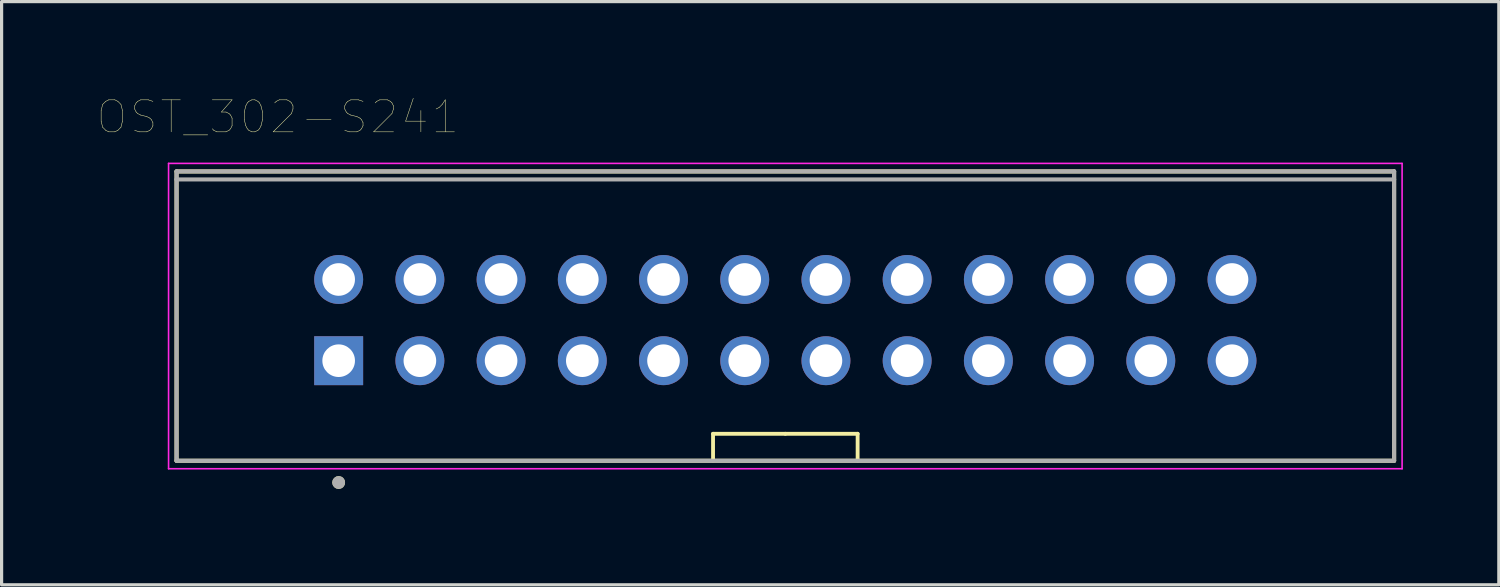
<source format=kicad_pcb>
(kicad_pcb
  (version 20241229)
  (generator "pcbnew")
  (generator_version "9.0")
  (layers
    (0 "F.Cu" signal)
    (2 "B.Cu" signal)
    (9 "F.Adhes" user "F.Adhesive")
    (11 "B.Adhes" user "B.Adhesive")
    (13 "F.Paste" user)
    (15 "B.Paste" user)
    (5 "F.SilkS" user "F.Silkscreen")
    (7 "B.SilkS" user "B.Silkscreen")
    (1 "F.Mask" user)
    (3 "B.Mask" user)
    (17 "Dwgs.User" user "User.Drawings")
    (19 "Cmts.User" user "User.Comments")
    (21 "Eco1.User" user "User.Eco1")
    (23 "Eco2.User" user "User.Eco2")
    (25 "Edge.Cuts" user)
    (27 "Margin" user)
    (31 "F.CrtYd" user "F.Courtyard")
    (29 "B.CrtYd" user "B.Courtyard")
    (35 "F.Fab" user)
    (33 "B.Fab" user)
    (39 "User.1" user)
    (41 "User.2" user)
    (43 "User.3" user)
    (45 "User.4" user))
  (footprint "OST_302-S241"
    (layer "F.Cu")
    (at 21.512 6.961)
    (property "Reference" "OST_302-S241" (at -15.875 -6.35 0) (layer "F.SilkS") (effects (font (size 1 1) (thickness 0.015))))
    (attr through_hole)
    (fp_line (start -19.04 -4.65) (end -19.04 4.4) (stroke (width 0.127) (type solid)) (layer "F.SilkS"))
    (fp_line (start -19.04 4.4) (end 19.04 4.4) (stroke (width 0.127) (type solid)) (layer "F.SilkS"))
    (fp_line (start -2.261 3.556) (end -2.261 4.394) (stroke (width 0.12) (type solid)) (layer "F.SilkS"))
    (fp_line (start 0 3.556) (end -2.261 3.556) (stroke (width 0.12) (type solid)) (layer "F.SilkS"))
    (fp_line (start 0 3.556) (end 2.261 3.556) (stroke (width 0.12) (type solid)) (layer "F.SilkS"))
    (fp_line (start 2.261 3.556) (end 2.261 4.394) (stroke (width 0.12) (type solid)) (layer "F.SilkS"))
    (fp_line (start 19.04 -4.65) (end -19.04 -4.65) (stroke (width 0.127) (type solid)) (layer "F.SilkS"))
    (fp_line (start 19.04 4.4) (end 19.04 -4.65) (stroke (width 0.127) (type solid)) (layer "F.SilkS"))
    (fp_circle (center -13.97 5.08) (end -13.87 5.08) (stroke (width 0.2) (type solid)) (fill no) (layer "F.SilkS"))
    (fp_line (start -19.29 -4.9) (end -19.29 4.65) (stroke (width 0.05) (type solid)) (layer "F.CrtYd"))
    (fp_line (start -19.29 4.65) (end 19.29 4.65) (stroke (width 0.05) (type solid)) (layer "F.CrtYd"))
    (fp_line (start 19.29 -4.9) (end -19.29 -4.9) (stroke (width 0.05) (type solid)) (layer "F.CrtYd"))
    (fp_line (start 19.29 4.65) (end 19.29 -4.9) (stroke (width 0.05) (type solid)) (layer "F.CrtYd"))
    (fp_line (start -19.04 -4.65) (end -19.04 -4.4) (stroke (width 0.127) (type solid)) (layer "F.Fab"))
    (fp_line (start -19.04 -4.4) (end -19.04 4.4) (stroke (width 0.127) (type solid)) (layer "F.Fab"))
    (fp_line (start -19.04 4.4) (end 19.04 4.4) (stroke (width 0.127) (type solid)) (layer "F.Fab"))
    (fp_line (start 19.04 -4.65) (end -19.04 -4.65) (stroke (width 0.127) (type solid)) (layer "F.Fab"))
    (fp_line (start 19.04 -4.4) (end -19.04 -4.4) (stroke (width 0.127) (type solid)) (layer "F.Fab"))
    (fp_line (start 19.04 -4.4) (end 19.04 -4.65) (stroke (width 0.127) (type solid)) (layer "F.Fab"))
    (fp_line (start 19.04 4.4) (end 19.04 -4.4) (stroke (width 0.127) (type solid)) (layer "F.Fab"))
    (fp_circle (center -13.97 5.08) (end -13.87 5.08) (stroke (width 0.2) (type solid)) (fill no) (layer "F.Fab"))
    (pad "1" thru_hole rect (at -13.97 1.27) (size 1.53 1.53) (drill 1.02) (layers "*.Cu" "*.Mask"))
    (pad "2" thru_hole circle (at -13.97 -1.27) (size 1.53 1.53) (drill 1.02) (layers "*.Cu" "*.Mask"))
    (pad "3" thru_hole circle (at -11.43 1.27) (size 1.53 1.53) (drill 1.02) (layers "*.Cu" "*.Mask"))
    (pad "4" thru_hole circle (at -11.43 -1.27) (size 1.53 1.53) (drill 1.02) (layers "*.Cu" "*.Mask"))
    (pad "5" thru_hole circle (at -8.89 1.27) (size 1.53 1.53) (drill 1.02) (layers "*.Cu" "*.Mask"))
    (pad "6" thru_hole circle (at -8.89 -1.27) (size 1.53 1.53) (drill 1.02) (layers "*.Cu" "*.Mask"))
    (pad "7" thru_hole circle (at -6.35 1.27) (size 1.53 1.53) (drill 1.02) (layers "*.Cu" "*.Mask"))
    (pad "8" thru_hole circle (at -6.35 -1.27) (size 1.53 1.53) (drill 1.02) (layers "*.Cu" "*.Mask"))
    (pad "9" thru_hole circle (at -3.81 1.27) (size 1.53 1.53) (drill 1.02) (layers "*.Cu" "*.Mask"))
    (pad "10" thru_hole circle (at -3.81 -1.27) (size 1.53 1.53) (drill 1.02) (layers "*.Cu" "*.Mask"))
    (pad "11" thru_hole circle (at -1.27 1.27) (size 1.53 1.53) (drill 1.02) (layers "*.Cu" "*.Mask"))
    (pad "12" thru_hole circle (at -1.27 -1.27) (size 1.53 1.53) (drill 1.02) (layers "*.Cu" "*.Mask"))
    (pad "13" thru_hole circle (at 1.27 1.27) (size 1.53 1.53) (drill 1.02) (layers "*.Cu" "*.Mask"))
    (pad "14" thru_hole circle (at 1.27 -1.27) (size 1.53 1.53) (drill 1.02) (layers "*.Cu" "*.Mask"))
    (pad "15" thru_hole circle (at 3.81 1.27) (size 1.53 1.53) (drill 1.02) (layers "*.Cu" "*.Mask"))
    (pad "16" thru_hole circle (at 3.81 -1.27) (size 1.53 1.53) (drill 1.02) (layers "*.Cu" "*.Mask"))
    (pad "17" thru_hole circle (at 6.35 1.27) (size 1.53 1.53) (drill 1.02) (layers "*.Cu" "*.Mask"))
    (pad "18" thru_hole circle (at 6.35 -1.27) (size 1.53 1.53) (drill 1.02) (layers "*.Cu" "*.Mask"))
    (pad "19" thru_hole circle (at 8.89 1.27) (size 1.53 1.53) (drill 1.02) (layers "*.Cu" "*.Mask"))
    (pad "20" thru_hole circle (at 8.89 -1.27) (size 1.53 1.53) (drill 1.02) (layers "*.Cu" "*.Mask"))
    (pad "21" thru_hole circle (at 11.43 1.27) (size 1.53 1.53) (drill 1.02) (layers "*.Cu" "*.Mask"))
    (pad "22" thru_hole circle (at 11.43 -1.27) (size 1.53 1.53) (drill 1.02) (layers "*.Cu" "*.Mask"))
    (pad "23" thru_hole circle (at 13.97 1.27) (size 1.53 1.53) (drill 1.02) (layers "*.Cu" "*.Mask"))
    (pad "24" thru_hole circle (at 13.97 -1.27) (size 1.53 1.53) (drill 1.02) (layers "*.Cu" "*.Mask")))
  (gr_rect
    (start -3 -3)
    (end 43.827 15.241)
    (stroke (width 0.1) (type default))
    (fill no)
    (layer "Edge.Cuts")))
</source>
